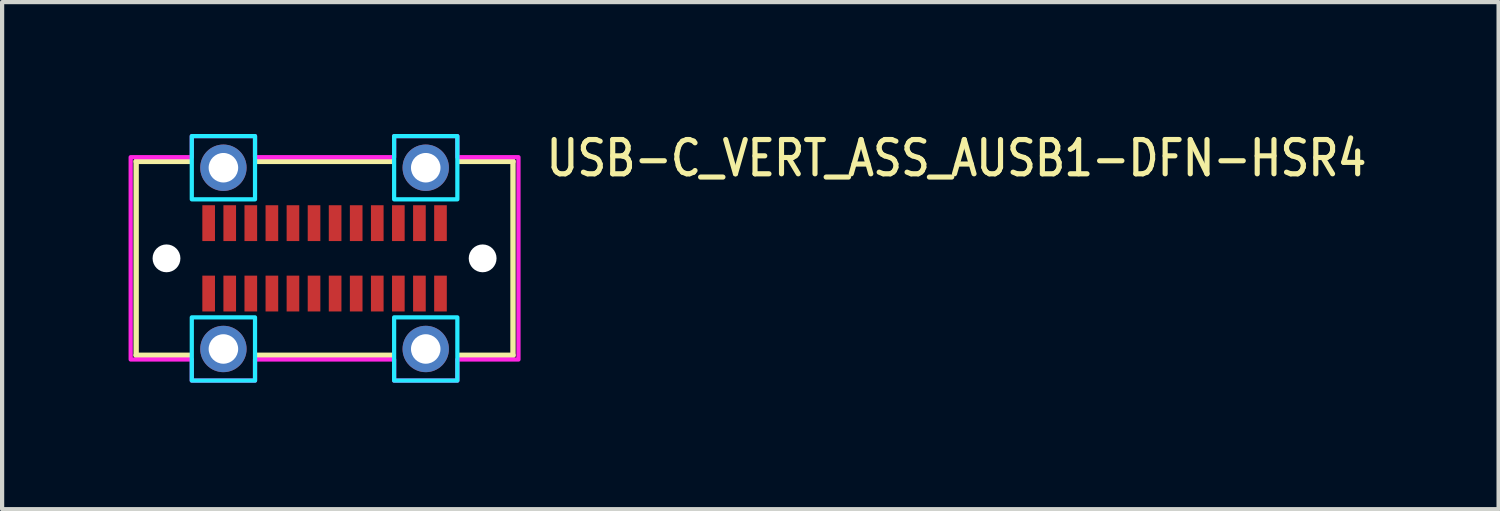
<source format=kicad_pcb>
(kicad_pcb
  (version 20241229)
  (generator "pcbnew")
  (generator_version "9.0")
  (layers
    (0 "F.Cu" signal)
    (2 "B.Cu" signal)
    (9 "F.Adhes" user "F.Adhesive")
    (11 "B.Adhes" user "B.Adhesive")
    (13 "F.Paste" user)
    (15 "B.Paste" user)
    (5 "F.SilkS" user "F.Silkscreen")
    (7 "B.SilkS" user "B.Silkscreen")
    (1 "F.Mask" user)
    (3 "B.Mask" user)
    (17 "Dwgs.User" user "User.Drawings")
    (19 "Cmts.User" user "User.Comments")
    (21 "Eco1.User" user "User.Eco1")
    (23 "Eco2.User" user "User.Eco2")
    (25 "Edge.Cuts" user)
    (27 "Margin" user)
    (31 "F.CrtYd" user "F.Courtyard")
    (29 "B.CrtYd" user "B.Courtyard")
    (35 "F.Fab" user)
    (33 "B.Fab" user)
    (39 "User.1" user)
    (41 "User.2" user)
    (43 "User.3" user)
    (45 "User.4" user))
  (footprint "USB-C_VERT_ASS_AUSB1-DFN-HSR4"
    (layer "F.Cu")
    (at 4.65 3.079)
    (property "Reference" "USB-C_VERT_ASS_AUSB1-DFN-HSR4" (at 5.2 -1.9 0) (unlocked yes) (layer "F.SilkS") (effects (font (size 0.813 0.695) (thickness 0.122)) (justify left bottom)))
    (fp_line (start -4.47 -2.3) (end -4.47 2.3) (stroke (width 0.127) (type solid)) (layer "F.SilkS"))
    (fp_line (start -4.47 2.3) (end -3.2 2.3) (stroke (width 0.127) (type solid)) (layer "F.SilkS"))
    (fp_line (start -3.2 -2.3) (end -4.47 -2.3) (stroke (width 0.127) (type solid)) (layer "F.SilkS"))
    (fp_line (start -1.6 2.3) (end 1.6 2.3) (stroke (width 0.127) (type solid)) (layer "F.SilkS"))
    (fp_line (start 1.6 -2.3) (end -1.6 -2.3) (stroke (width 0.127) (type solid)) (layer "F.SilkS"))
    (fp_line (start 3.2 2.3) (end 4.47 2.3) (stroke (width 0.127) (type solid)) (layer "F.SilkS"))
    (fp_line (start 4.47 -2.3) (end 3.2 -2.3) (stroke (width 0.127) (type solid)) (layer "F.SilkS"))
    (fp_line (start 4.47 2.3) (end 4.47 -2.3) (stroke (width 0.127) (type solid)) (layer "F.SilkS"))
    (fp_poly (pts (xy -3.15 -2.9) (xy -1.65 -2.9) (xy -1.65 -1.4) (xy -3.15 -1.4)) (stroke (width 0.1) (type solid)) (fill no) (layer "B.CrtYd"))
    (fp_poly (pts (xy -3.15 1.4) (xy -1.65 1.4) (xy -1.65 2.9) (xy -3.15 2.9)) (stroke (width 0.1) (type solid)) (fill no) (layer "B.CrtYd"))
    (fp_poly (pts (xy 1.65 -1.4) (xy 3.15 -1.4) (xy 3.15 -2.9) (xy 1.65 -2.9)) (stroke (width 0.1) (type solid)) (fill no) (layer "B.CrtYd"))
    (fp_poly (pts (xy 1.65 1.4) (xy 3.15 1.4) (xy 3.15 2.9) (xy 1.65 2.9)) (stroke (width 0.1) (type solid)) (fill no) (layer "B.CrtYd"))
    (fp_poly (pts (xy -4.6 -2.4) (xy -3.15 -2.4) (xy -3.15 -2.9) (xy -1.65 -2.9) (xy -1.65 -2.4) (xy 1.65 -2.4) (xy 1.65 -2.9) (xy 3.15 -2.9) (xy 3.15 -2.4) (xy 4.6 -2.4) (xy 4.6 2.4) (xy 3.15 2.4) (xy 3.15 2.9) (xy 1.65 2.9) (xy 1.65 2.4) (xy -1.65 2.4) (xy -1.65 2.9) (xy -3.15 2.9) (xy -3.15 2.4) (xy -4.6 2.4)) (stroke (width 0.1) (type solid)) (fill no) (layer "F.CrtYd"))
    (pad "" np_thru_hole circle (at -3.75 0) (size 0.66 0.66) (drill 0.66) (layers "*.Cu" "*.Mask"))
    (pad "" np_thru_hole circle (at 3.75 0) (size 0.66 0.66) (drill 0.66) (layers "*.Cu" "*.Mask"))
    (pad "A$1" smd rect (at -2.75 -0.835) (size 0.3 0.85) (layers "F.Cu" "F.Mask" "F.Paste"))
    (pad "A$2" smd rect (at -2.25 -0.835) (size 0.3 0.85) (layers "F.Cu" "F.Mask" "F.Paste"))
    (pad "A$3" smd rect (at -1.75 -0.835) (size 0.3 0.85) (layers "F.Cu" "F.Mask" "F.Paste"))
    (pad "A$4" smd rect (at -1.25 -0.835) (size 0.3 0.85) (layers "F.Cu" "F.Mask" "F.Paste"))
    (pad "A$5" smd rect (at -0.75 -0.835) (size 0.3 0.85) (layers "F.Cu" "F.Mask" "F.Paste"))
    (pad "A$6" smd rect (at -0.25 -0.835) (size 0.3 0.85) (layers "F.Cu" "F.Mask" "F.Paste"))
    (pad "A$7" smd rect (at 0.25 -0.835) (size 0.3 0.85) (layers "F.Cu" "F.Mask" "F.Paste"))
    (pad "A$8" smd rect (at 0.75 -0.835) (size 0.3 0.85) (layers "F.Cu" "F.Mask" "F.Paste"))
    (pad "A$9" smd rect (at 1.25 -0.835) (size 0.3 0.85) (layers "F.Cu" "F.Mask" "F.Paste"))
    (pad "A$10" smd rect (at 1.75 -0.835) (size 0.3 0.85) (layers "F.Cu" "F.Mask" "F.Paste"))
    (pad "A$11" smd rect (at 2.25 -0.835) (size 0.3 0.85) (layers "F.Cu" "F.Mask" "F.Paste"))
    (pad "A$12" smd rect (at 2.75 -0.835) (size 0.3 0.85) (layers "F.Cu" "F.Mask" "F.Paste"))
    (pad "B$1" smd rect (at 2.75 0.835) (size 0.3 0.85) (layers "F.Cu" "F.Mask" "F.Paste"))
    (pad "B$2" smd rect (at 2.25 0.835) (size 0.3 0.85) (layers "F.Cu" "F.Mask" "F.Paste"))
    (pad "B$3" smd rect (at 1.75 0.835) (size 0.3 0.85) (layers "F.Cu" "F.Mask" "F.Paste"))
    (pad "B$4" smd rect (at 1.25 0.835) (size 0.3 0.85) (layers "F.Cu" "F.Mask" "F.Paste"))
    (pad "B$5" smd rect (at 0.75 0.835) (size 0.3 0.85) (layers "F.Cu" "F.Mask" "F.Paste"))
    (pad "B$6" smd rect (at 0.25 0.835) (size 0.3 0.85) (layers "F.Cu" "F.Mask" "F.Paste"))
    (pad "B$7" smd rect (at -0.25 0.835) (size 0.3 0.85) (layers "F.Cu" "F.Mask" "F.Paste"))
    (pad "B$8" smd rect (at -0.75 0.835) (size 0.3 0.85) (layers "F.Cu" "F.Mask" "F.Paste"))
    (pad "B$9" smd rect (at -1.25 0.835) (size 0.3 0.85) (layers "F.Cu" "F.Mask" "F.Paste"))
    (pad "B$10" smd rect (at -1.75 0.835) (size 0.3 0.85) (layers "F.Cu" "F.Mask" "F.Paste"))
    (pad "B$11" smd rect (at -2.25 0.835) (size 0.3 0.85) (layers "F.Cu" "F.Mask" "F.Paste"))
    (pad "B$12" smd rect (at -2.75 0.835) (size 0.3 0.85) (layers "F.Cu" "F.Mask" "F.Paste"))
    (pad "S$1" thru_hole oval (at -2.4 -2.15) (size 1.1 1.1) (drill 0.7) (layers "*.Cu" "*.Mask"))
    (pad "S$2" thru_hole oval (at 2.4 -2.15) (size 1.1 1.1) (drill 0.7) (layers "*.Cu" "*.Mask"))
    (pad "S$3" thru_hole oval (at -2.4 2.15) (size 1.1 1.1) (drill 0.7) (layers "*.Cu" "*.Mask"))
    (pad "S$4" thru_hole oval (at 2.4 2.15) (size 1.1 1.1) (drill 0.7) (layers "*.Cu" "*.Mask")))
  (gr_rect
    (start -3 -3)
    (end 32.502 9.029)
    (stroke (width 0.1) (type default))
    (fill no)
    (layer "Edge.Cuts")))
</source>
